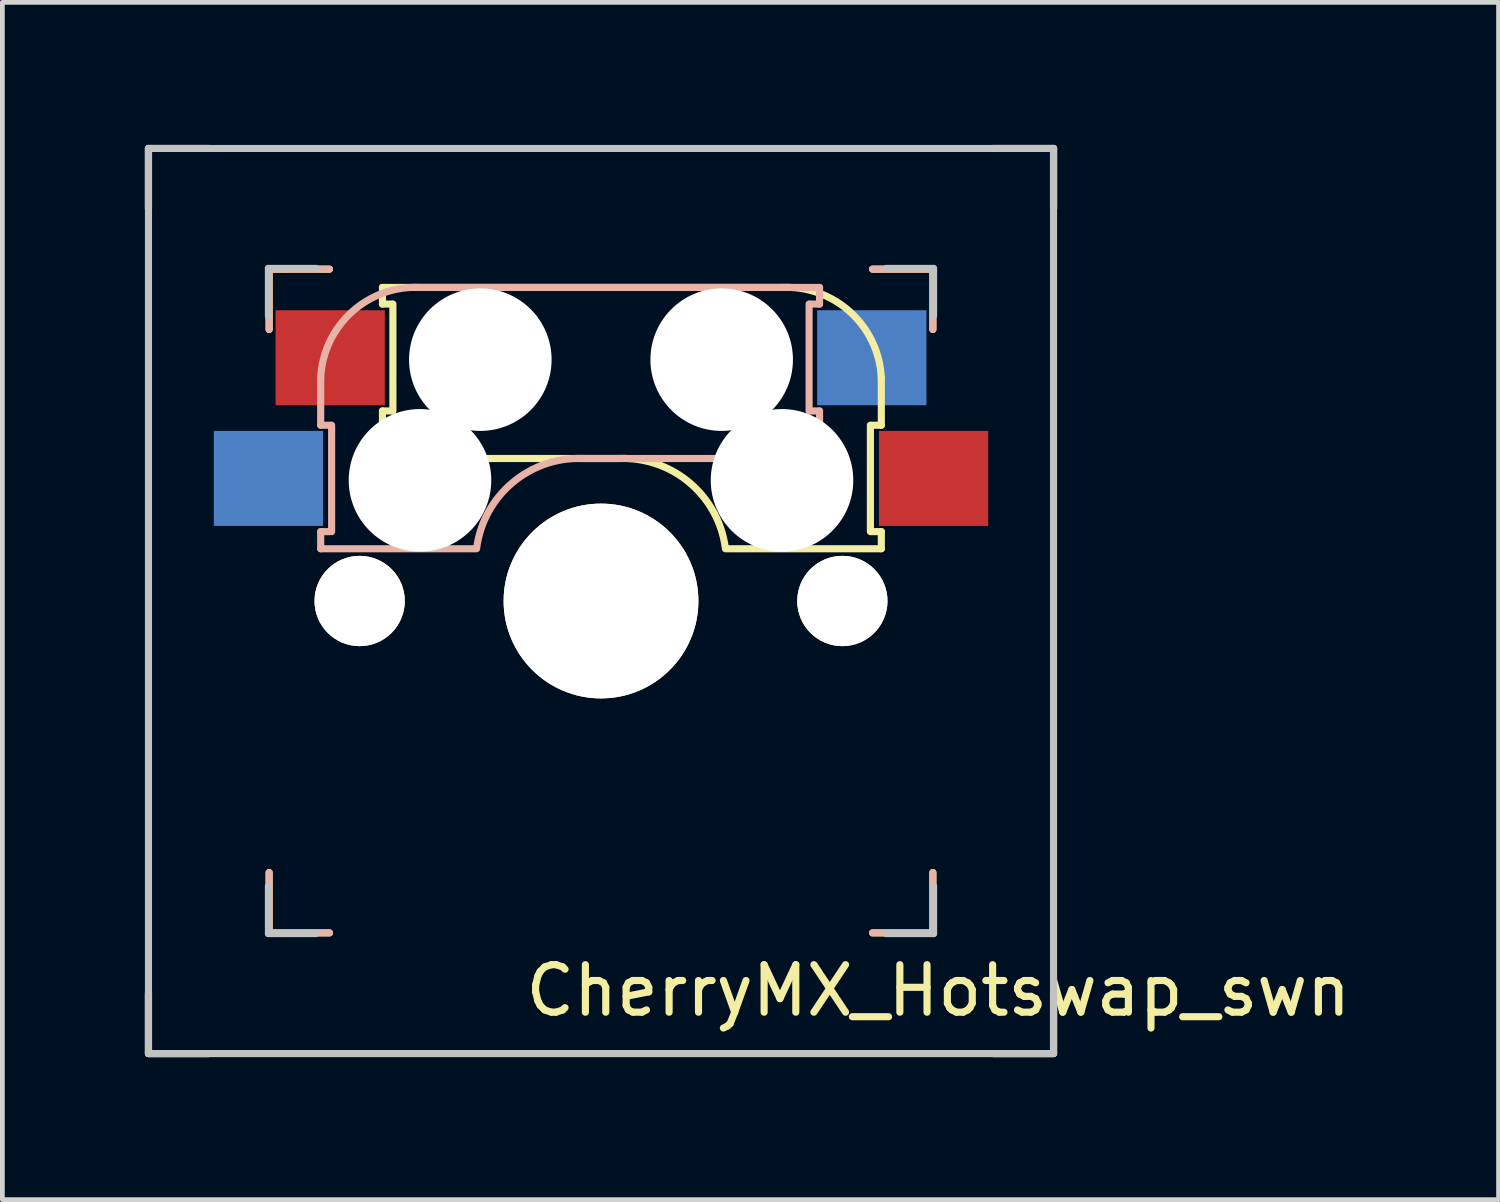
<source format=kicad_pcb>
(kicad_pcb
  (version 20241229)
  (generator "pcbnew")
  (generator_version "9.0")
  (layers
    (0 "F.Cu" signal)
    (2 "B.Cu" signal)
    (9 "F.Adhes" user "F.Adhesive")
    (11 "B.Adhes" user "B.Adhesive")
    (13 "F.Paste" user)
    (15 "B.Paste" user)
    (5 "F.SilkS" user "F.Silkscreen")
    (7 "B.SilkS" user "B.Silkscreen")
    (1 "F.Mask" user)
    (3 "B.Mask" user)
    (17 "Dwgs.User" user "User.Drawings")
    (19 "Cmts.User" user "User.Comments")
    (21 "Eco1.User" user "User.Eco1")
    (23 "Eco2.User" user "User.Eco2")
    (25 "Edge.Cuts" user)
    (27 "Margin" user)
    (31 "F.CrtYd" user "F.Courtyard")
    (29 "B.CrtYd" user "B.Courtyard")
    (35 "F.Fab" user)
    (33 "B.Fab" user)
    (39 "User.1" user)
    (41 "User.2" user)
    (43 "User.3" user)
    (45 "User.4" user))
  (footprint "CherryMX_Hotswap_swn"
    (layer "F.Cu")
    (at 9.6 9.6)
    (property "Reference" "CherryMX_Hotswap_swn" (at 7.1 8.2 0) (layer "F.SilkS") (effects (font (size 1 1) (thickness 0.15))))
    (attr through_hole)
    (fp_line (start -9.525 -9.525) (end -8.255 -9.525) (stroke (width 0.15) (type solid)) (layer "F.SilkS"))
    (fp_line (start -9.525 -8.255) (end -9.525 -9.525) (stroke (width 0.15) (type solid)) (layer "F.SilkS"))
    (fp_line (start -9.525 9.525) (end -9.525 8.255) (stroke (width 0.15) (type solid)) (layer "F.SilkS"))
    (fp_line (start -8.255 9.525) (end -9.525 9.525) (stroke (width 0.15) (type solid)) (layer "F.SilkS"))
    (fp_line (start -6.985 -6.985) (end -5.715 -6.985) (stroke (width 0.15) (type solid)) (layer "F.SilkS"))
    (fp_line (start -6.985 -5.715) (end -6.985 -6.985) (stroke (width 0.15) (type solid)) (layer "F.SilkS"))
    (fp_line (start -6.985 5.715) (end -6.985 6.985) (stroke (width 0.15) (type solid)) (layer "F.SilkS"))
    (fp_line (start -6.985 6.985) (end -5.715 6.985) (stroke (width 0.15) (type solid)) (layer "F.SilkS"))
    (fp_line (start -4.6 -6.6) (end 3.8 -6.6) (stroke (width 0.15) (type solid)) (layer "F.SilkS"))
    (fp_line (start -4.6 -6.25) (end -4.6 -6.6) (stroke (width 0.15) (type solid)) (layer "F.SilkS"))
    (fp_line (start -4.6 -4) (end -4.4 -4) (stroke (width 0.15) (type solid)) (layer "F.SilkS"))
    (fp_line (start -4.6 -3) (end -4.6 -4) (stroke (width 0.15) (type solid)) (layer "F.SilkS"))
    (fp_line (start -4.4 -6.25) (end -4.6 -6.25) (stroke (width 0.15) (type solid)) (layer "F.SilkS"))
    (fp_line (start -4.38 -4) (end -4.38 -6.25) (stroke (width 0.15) (type solid)) (layer "F.SilkS"))
    (fp_line (start 0.4 -3) (end -4.6 -3) (stroke (width 0.15) (type solid)) (layer "F.SilkS"))
    (fp_line (start 5.67 -3.7) (end 5.67 -1.46) (stroke (width 0.15) (type solid)) (layer "F.SilkS"))
    (fp_line (start 5.7 -1.46) (end 5.9 -1.46) (stroke (width 0.15) (type solid)) (layer "F.SilkS"))
    (fp_line (start 5.715 -6.985) (end 6.985 -6.985) (stroke (width 0.15) (type solid)) (layer "F.SilkS"))
    (fp_line (start 5.9 -4.7) (end 5.9 -3.7) (stroke (width 0.15) (type solid)) (layer "F.SilkS"))
    (fp_line (start 5.9 -3.7) (end 5.7 -3.7) (stroke (width 0.15) (type solid)) (layer "F.SilkS"))
    (fp_line (start 5.9 -1.1) (end 2.62 -1.1) (stroke (width 0.15) (type solid)) (layer "F.SilkS"))
    (fp_line (start 5.9 -1.1) (end 5.9 -1.46) (stroke (width 0.15) (type solid)) (layer "F.SilkS"))
    (fp_line (start 6.985 -6.985) (end 6.985 -5.715) (stroke (width 0.15) (type solid)) (layer "F.SilkS"))
    (fp_line (start 6.985 5.715) (end 6.985 6.985) (stroke (width 0.15) (type solid)) (layer "F.SilkS"))
    (fp_line (start 6.985 6.985) (end 5.715 6.985) (stroke (width 0.15) (type solid)) (layer "F.SilkS"))
    (fp_line (start 8.255 -9.525) (end 9.525 -9.525) (stroke (width 0.15) (type solid)) (layer "F.SilkS"))
    (fp_line (start 9.525 -9.525) (end 9.525 -8.255) (stroke (width 0.15) (type solid)) (layer "F.SilkS"))
    (fp_line (start 9.525 8.255) (end 9.525 9.525) (stroke (width 0.15) (type solid)) (layer "F.SilkS"))
    (fp_line (start 9.525 9.525) (end 8.255 9.525) (stroke (width 0.15) (type solid)) (layer "F.SilkS"))
    (fp_arc (start 0.4 -3) (mid 1.868709 -2.486118) (end 2.616318 -1.121471) (stroke (width 0.15) (type solid)) (layer "F.SilkS"))
    (fp_arc (start 3.8 -6.600001) (mid 5.243504 -6.084925) (end 5.900001 -4.7) (stroke (width 0.15) (type solid)) (layer "F.SilkS"))
    (fp_line (start -9.525 -9.525) (end -8.255 -9.525) (stroke (width 0.15) (type solid)) (layer "B.SilkS"))
    (fp_line (start -9.525 -8.255) (end -9.525 -9.525) (stroke (width 0.15) (type solid)) (layer "B.SilkS"))
    (fp_line (start -9.525 9.525) (end -9.525 8.255) (stroke (width 0.15) (type solid)) (layer "B.SilkS"))
    (fp_line (start -8.255 9.525) (end -9.525 9.525) (stroke (width 0.15) (type solid)) (layer "B.SilkS"))
    (fp_line (start -6.985 -6.985) (end -5.715 -6.985) (stroke (width 0.15) (type solid)) (layer "B.SilkS"))
    (fp_line (start -6.985 -5.715) (end -6.985 -6.985) (stroke (width 0.15) (type solid)) (layer "B.SilkS"))
    (fp_line (start -6.985 6.985) (end -6.985 5.715) (stroke (width 0.15) (type solid)) (layer "B.SilkS"))
    (fp_line (start -5.9 -4.7) (end -5.9 -3.7) (stroke (width 0.15) (type solid)) (layer "B.SilkS"))
    (fp_line (start -5.9 -3.7) (end -5.7 -3.7) (stroke (width 0.15) (type solid)) (layer "B.SilkS"))
    (fp_line (start -5.9 -1.1) (end -5.9 -1.46) (stroke (width 0.15) (type solid)) (layer "B.SilkS"))
    (fp_line (start -5.9 -1.1) (end -2.62 -1.1) (stroke (width 0.15) (type solid)) (layer "B.SilkS"))
    (fp_line (start -5.715 6.985) (end -6.985 6.985) (stroke (width 0.15) (type solid)) (layer "B.SilkS"))
    (fp_line (start -5.7 -1.46) (end -5.9 -1.46) (stroke (width 0.15) (type solid)) (layer "B.SilkS"))
    (fp_line (start -5.67 -3.7) (end -5.67 -1.46) (stroke (width 0.15) (type solid)) (layer "B.SilkS"))
    (fp_line (start -0.4 -3) (end 4.6 -3) (stroke (width 0.15) (type solid)) (layer "B.SilkS"))
    (fp_line (start 4.38 -4) (end 4.38 -6.25) (stroke (width 0.15) (type solid)) (layer "B.SilkS"))
    (fp_line (start 4.4 -6.25) (end 4.6 -6.25) (stroke (width 0.15) (type solid)) (layer "B.SilkS"))
    (fp_line (start 4.6 -6.6) (end -3.8 -6.6) (stroke (width 0.15) (type solid)) (layer "B.SilkS"))
    (fp_line (start 4.6 -6.25) (end 4.6 -6.6) (stroke (width 0.15) (type solid)) (layer "B.SilkS"))
    (fp_line (start 4.6 -4) (end 4.4 -4) (stroke (width 0.15) (type solid)) (layer "B.SilkS"))
    (fp_line (start 4.6 -3) (end 4.6 -4) (stroke (width 0.15) (type solid)) (layer "B.SilkS"))
    (fp_line (start 5.715 -6.985) (end 6.985 -6.985) (stroke (width 0.15) (type solid)) (layer "B.SilkS"))
    (fp_line (start 6.985 -6.985) (end 6.985 -5.715) (stroke (width 0.15) (type solid)) (layer "B.SilkS"))
    (fp_line (start 6.985 5.715) (end 6.985 6.985) (stroke (width 0.15) (type solid)) (layer "B.SilkS"))
    (fp_line (start 6.985 6.985) (end 5.715 6.985) (stroke (width 0.15) (type solid)) (layer "B.SilkS"))
    (fp_line (start 8.255 -9.525) (end 9.525 -9.525) (stroke (width 0.15) (type solid)) (layer "B.SilkS"))
    (fp_line (start 9.525 -9.525) (end 9.525 -8.255) (stroke (width 0.15) (type solid)) (layer "B.SilkS"))
    (fp_line (start 9.525 8.255) (end 9.525 9.525) (stroke (width 0.15) (type solid)) (layer "B.SilkS"))
    (fp_line (start 9.525 9.525) (end 8.255 9.525) (stroke (width 0.15) (type solid)) (layer "B.SilkS"))
    (fp_arc (start -5.9 -4.699999) (mid -5.243504 -6.084924) (end -3.800001 -6.6) (stroke (width 0.15) (type solid)) (layer "B.SilkS"))
    (fp_arc (start -2.616318 -1.121471) (mid -1.868709 -2.486118) (end -0.4 -3) (stroke (width 0.15) (type solid)) (layer "B.SilkS"))
    (fp_line (start -9.525 -9.525) (end 9.525 -9.525) (stroke (width 0.15) (type solid)) (layer "Dwgs.User"))
    (fp_line (start -9.525 9.525) (end -9.525 -9.525) (stroke (width 0.15) (type solid)) (layer "Dwgs.User"))
    (fp_line (start -7 -7) (end -6 -7) (stroke (width 0.15) (type solid)) (layer "Dwgs.User"))
    (fp_line (start -7 -6) (end -7 -7) (stroke (width 0.15) (type solid)) (layer "Dwgs.User"))
    (fp_line (start -7 6) (end -7 7) (stroke (width 0.15) (type solid)) (layer "Dwgs.User"))
    (fp_line (start -7 7) (end -6 7) (stroke (width 0.15) (type solid)) (layer "Dwgs.User"))
    (fp_line (start 6 7) (end 7 7) (stroke (width 0.15) (type solid)) (layer "Dwgs.User"))
    (fp_line (start 7 -7) (end 6 -7) (stroke (width 0.15) (type solid)) (layer "Dwgs.User"))
    (fp_line (start 7 -7) (end 7 -6) (stroke (width 0.15) (type solid)) (layer "Dwgs.User"))
    (fp_line (start 7 7) (end 7 6) (stroke (width 0.15) (type solid)) (layer "Dwgs.User"))
    (fp_line (start 9.525 -9.525) (end 9.525 9.525) (stroke (width 0.15) (type solid)) (layer "Dwgs.User"))
    (fp_line (start 9.525 9.525) (end -9.525 9.525) (stroke (width 0.15) (type solid)) (layer "Dwgs.User"))
    (pad "" np_thru_hole circle (at -5.08 0) (size 1.9 1.9) (drill 1.9) (layers "*.Cu" "*.Mask" "F.SilkS"))
    (pad "" np_thru_hole circle (at -3.81 -2.54 180) (size 3 3) (drill 3) (layers "*.Cu" "*.Mask"))
    (pad "" np_thru_hole circle (at -2.54 -5.08 180) (size 3 3) (drill 3) (layers "*.Cu" "*.Mask"))
    (pad "" np_thru_hole circle (at 0 0 90) (size 4.1 4.1) (drill 4.1) (layers "*.Cu" "*.Mask" "F.SilkS"))
    (pad "" np_thru_hole circle (at 2.54 -5.08 180) (size 3 3) (drill 3) (layers "*.Cu" "*.Mask"))
    (pad "" np_thru_hole circle (at 3.81 -2.54 180) (size 3 3) (drill 3) (layers "*.Cu" "*.Mask"))
    (pad "" np_thru_hole circle (at 5.08 0) (size 1.9 1.9) (drill 1.9) (layers "*.Cu" "*.Mask" "F.SilkS"))
    (pad "1" smd rect (at -7 -2.58 180) (size 2.3 2) (layers "B.Cu" "B.Mask" "B.Paste"))
    (pad "1" smd rect (at 7 -2.58 180) (size 2.3 2) (layers "F.Cu" "F.Mask" "F.Paste"))
    (pad "2" smd rect (at -5.7 -5.12 180) (size 2.3 2) (layers "F.Cu" "F.Mask" "F.Paste"))
    (pad "2" smd rect (at 5.7 -5.12 180) (size 2.3 2) (layers "B.Cu" "B.Mask" "B.Paste")))
  (gr_rect
    (start -3 -3)
    (end 28.492 22.2)
    (stroke (width 0.1) (type default))
    (fill no)
    (layer "Edge.Cuts")))
</source>
